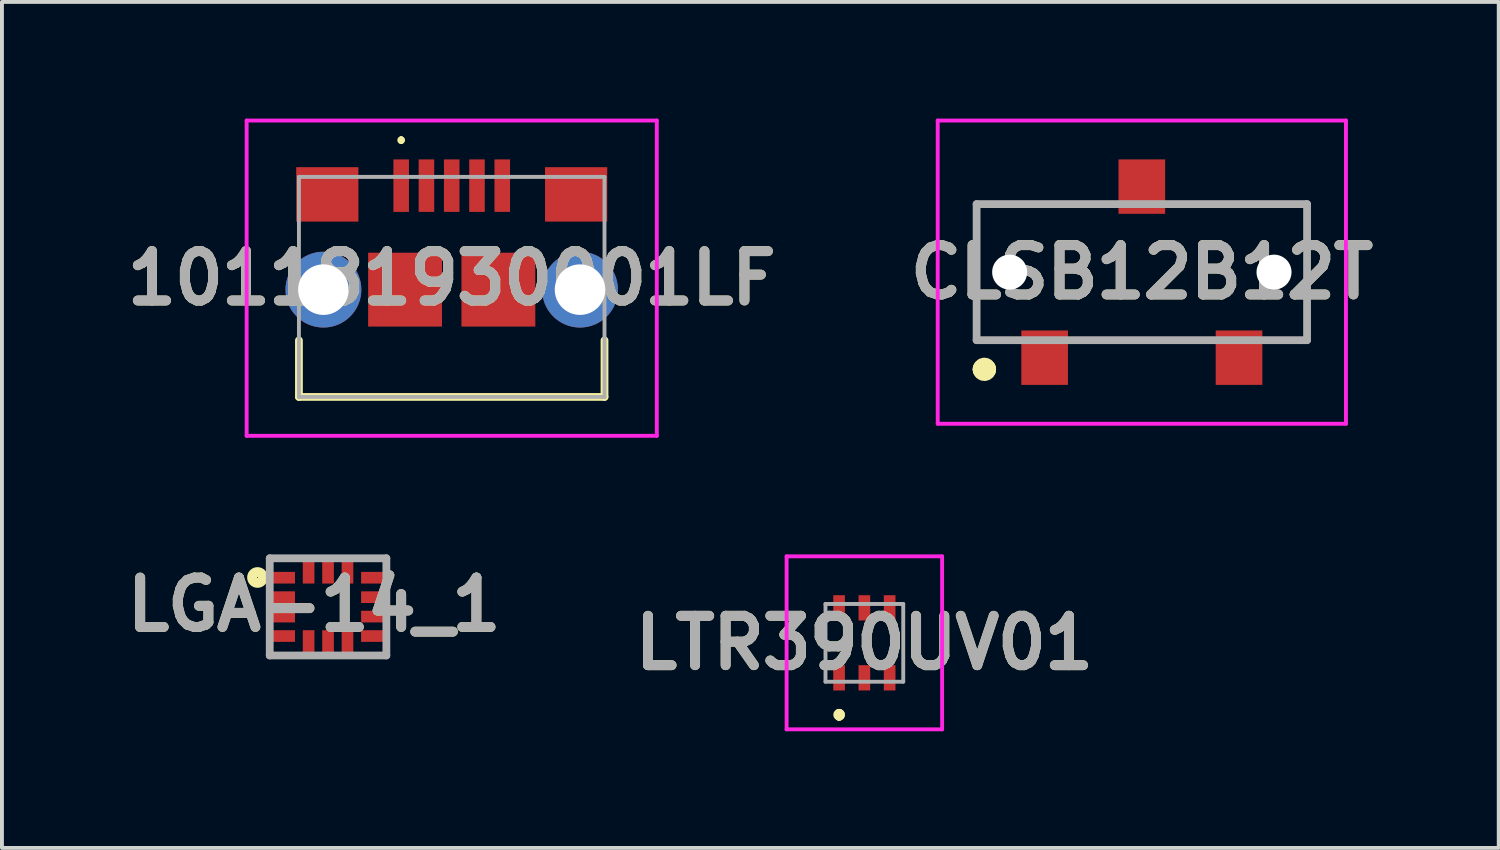
<source format=kicad_pcb>
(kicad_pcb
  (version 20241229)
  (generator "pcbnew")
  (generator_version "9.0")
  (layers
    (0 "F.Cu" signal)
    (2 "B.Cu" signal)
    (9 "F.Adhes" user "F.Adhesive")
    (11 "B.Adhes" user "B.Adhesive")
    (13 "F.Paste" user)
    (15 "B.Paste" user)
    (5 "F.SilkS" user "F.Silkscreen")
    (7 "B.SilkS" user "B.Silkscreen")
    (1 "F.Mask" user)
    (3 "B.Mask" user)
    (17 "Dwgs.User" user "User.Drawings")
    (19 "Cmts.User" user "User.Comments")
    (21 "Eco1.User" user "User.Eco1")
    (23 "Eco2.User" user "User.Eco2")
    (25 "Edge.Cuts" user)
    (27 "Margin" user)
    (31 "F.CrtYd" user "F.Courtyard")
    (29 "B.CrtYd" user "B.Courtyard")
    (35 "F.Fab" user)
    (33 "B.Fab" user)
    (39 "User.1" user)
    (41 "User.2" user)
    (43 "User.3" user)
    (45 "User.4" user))
  (footprint "LTR390UV01"
    (layer "F.Cu")
    (at 19.183 13.485)
    (property "Reference" "LTR390UV01" (at 0 0 0) (layer "F.SilkS") (effects (font (size 1.27 1.27) (thickness 0.254))))
    (attr smd)
    (fp_line (start -0.65 1.8) (end -0.65 1.8) (stroke (width 0.2) (type solid)) (layer "F.SilkS"))
    (fp_line (start -0.65 1.9) (end -0.65 1.9) (stroke (width 0.2) (type solid)) (layer "F.SilkS"))
    (fp_line (start -0.65 1.9) (end -0.65 1.9) (stroke (width 0.2) (type solid)) (layer "F.SilkS"))
    (fp_arc (start -0.65 1.8) (mid -0.6 1.85) (end -0.65 1.9) (stroke (width 0.2) (type solid)) (layer "F.SilkS"))
    (fp_arc (start -0.65 1.8) (mid -0.6 1.85) (end -0.65 1.9) (stroke (width 0.2) (type solid)) (layer "F.SilkS"))
    (fp_arc (start -0.65 1.9) (mid -0.7 1.85) (end -0.65 1.8) (stroke (width 0.2) (type solid)) (layer "F.SilkS"))
    (fp_line (start -2 -2.225) (end 2 -2.225) (stroke (width 0.1) (type solid)) (layer "F.CrtYd"))
    (fp_line (start -2 2.225) (end -2 -2.225) (stroke (width 0.1) (type solid)) (layer "F.CrtYd"))
    (fp_line (start 2 -2.225) (end 2 2.225) (stroke (width 0.1) (type solid)) (layer "F.CrtYd"))
    (fp_line (start 2 2.225) (end -2 2.225) (stroke (width 0.1) (type solid)) (layer "F.CrtYd"))
    (fp_line (start -1 -1) (end 1 -1) (stroke (width 0.1) (type solid)) (layer "F.Fab"))
    (fp_line (start -1 1) (end -1 -1) (stroke (width 0.1) (type solid)) (layer "F.Fab"))
    (fp_line (start 1 -1) (end 1 1) (stroke (width 0.1) (type solid)) (layer "F.Fab"))
    (fp_line (start 1 1) (end -1 1) (stroke (width 0.1) (type solid)) (layer "F.Fab"))
    (fp_text user "${REFERENCE}" (at 0 0 0) (layer "F.Fab") (effects (font (size 1.27 1.27) (thickness 0.254))))
    (pad "1" smd rect (at -0.65 0.9) (size 0.3 0.65) (layers "F.Cu" "F.Mask" "F.Paste"))
    (pad "2" smd rect (at 0 0.9) (size 0.3 0.65) (layers "F.Cu" "F.Mask" "F.Paste"))
    (pad "3" smd rect (at 0.65 0.9) (size 0.3 0.65) (layers "F.Cu" "F.Mask" "F.Paste"))
    (pad "4" smd rect (at 0.65 -0.9) (size 0.3 0.65) (layers "F.Cu" "F.Mask" "F.Paste"))
    (pad "5" smd rect (at 0 -0.9) (size 0.3 0.65) (layers "F.Cu" "F.Mask" "F.Paste"))
    (pad "6" smd rect (at -0.65 -0.9) (size 0.3 0.65) (layers "F.Cu" "F.Mask" "F.Paste")))
  (footprint "LGA-14_1"
    (layer "F.Cu")
    (at 5.388 12.56)
    (property "Reference" "LGA-14_1" (at -0.357 -0.058 0) (layer "F.SilkS") (effects (font (size 1.27 1.27) (thickness 0.254))))
    (attr smd)
    (fp_circle (center -1.815 -0.756) (end -1.815 -0.744) (stroke (width 0.254) (type solid)) (fill no) (layer "F.SilkS"))
    (fp_line (start -1.5 -1.25) (end 1.5 -1.25) (stroke (width 0.2) (type solid)) (layer "F.Fab"))
    (fp_line (start -1.5 1.25) (end -1.5 -1.25) (stroke (width 0.2) (type solid)) (layer "F.Fab"))
    (fp_line (start 1.5 -1.25) (end 1.5 1.25) (stroke (width 0.2) (type solid)) (layer "F.Fab"))
    (fp_line (start 1.5 1.25) (end -1.5 1.25) (stroke (width 0.2) (type solid)) (layer "F.Fab"))
    (fp_text user "${REFERENCE}" (at -0.357 -0.058 0) (layer "F.Fab") (effects (font (size 1.27 1.27) (thickness 0.254))))
    (pad "1" smd rect (at -1.15 -0.75 90) (size 0.3 0.6) (layers "F.Cu" "F.Mask" "F.Paste"))
    (pad "2" smd rect (at -1.15 -0.25 90) (size 0.3 0.6) (layers "F.Cu" "F.Mask" "F.Paste"))
    (pad "3" smd rect (at -1.15 0.25 90) (size 0.3 0.6) (layers "F.Cu" "F.Mask" "F.Paste"))
    (pad "4" smd rect (at -1.15 0.75 90) (size 0.3 0.6) (layers "F.Cu" "F.Mask" "F.Paste"))
    (pad "5" smd rect (at -0.5 0.9) (size 0.3 0.6) (layers "F.Cu" "F.Mask" "F.Paste"))
    (pad "6" smd rect (at 0 0.9) (size 0.3 0.6) (layers "F.Cu" "F.Mask" "F.Paste"))
    (pad "7" smd rect (at 0.5 0.9) (size 0.3 0.6) (layers "F.Cu" "F.Mask" "F.Paste"))
    (pad "8" smd rect (at 1.15 0.75 90) (size 0.3 0.6) (layers "F.Cu" "F.Mask" "F.Paste"))
    (pad "9" smd rect (at 1.15 0.25 90) (size 0.3 0.6) (layers "F.Cu" "F.Mask" "F.Paste"))
    (pad "10" smd rect (at 1.15 -0.25 90) (size 0.3 0.6) (layers "F.Cu" "F.Mask" "F.Paste"))
    (pad "11" smd rect (at 1.15 -0.75 90) (size 0.3 0.6) (layers "F.Cu" "F.Mask" "F.Paste"))
    (pad "12" smd rect (at 0.5 -0.9) (size 0.3 0.6) (layers "F.Cu" "F.Mask" "F.Paste"))
    (pad "13" smd rect (at 0 -0.9) (size 0.3 0.6) (layers "F.Cu" "F.Mask" "F.Paste"))
    (pad "14" smd rect (at -0.5 -0.9) (size 0.3 0.6) (layers "F.Cu" "F.Mask" "F.Paste")))
  (footprint "101181930001LF"
    (layer "F.Cu")
    (at 8.569 4.105)
    (property "Reference" "101181930001LF" (at 0 0 0) (layer "F.SilkS") (effects (font (size 1.27 1.27) (thickness 0.254))))
    (attr through_hole)
    (fp_line (start -3.93 1.6) (end -3.93 3.055) (stroke (width 0.2) (type solid)) (layer "F.SilkS"))
    (fp_line (start -3.93 3.055) (end 3.93 3.055) (stroke (width 0.2) (type solid)) (layer "F.SilkS"))
    (fp_line (start -1.3 -3.6) (end -1.3 -3.6) (stroke (width 0.1) (type solid)) (layer "F.SilkS"))
    (fp_line (start -1.3 -3.5) (end -1.3 -3.5) (stroke (width 0.1) (type solid)) (layer "F.SilkS"))
    (fp_line (start 3.93 3.055) (end 3.93 1.6) (stroke (width 0.2) (type solid)) (layer "F.SilkS"))
    (fp_arc (start -1.3 -3.6) (mid -1.25 -3.55) (end -1.3 -3.5) (stroke (width 0.1) (type solid)) (layer "F.SilkS"))
    (fp_arc (start -1.3 -3.5) (mid -1.35 -3.55) (end -1.3 -3.6) (stroke (width 0.1) (type solid)) (layer "F.SilkS"))
    (fp_line (start -5.275 -4.055) (end 5.275 -4.055) (stroke (width 0.1) (type solid)) (layer "F.CrtYd"))
    (fp_line (start -5.275 4.055) (end -5.275 -4.055) (stroke (width 0.1) (type solid)) (layer "F.CrtYd"))
    (fp_line (start 5.275 -4.055) (end 5.275 4.055) (stroke (width 0.1) (type solid)) (layer "F.CrtYd"))
    (fp_line (start 5.275 4.055) (end -5.275 4.055) (stroke (width 0.1) (type solid)) (layer "F.CrtYd"))
    (fp_line (start -3.93 -2.605) (end 3.93 -2.605) (stroke (width 0.1) (type solid)) (layer "F.Fab"))
    (fp_line (start -3.93 3.055) (end -3.93 -2.605) (stroke (width 0.1) (type solid)) (layer "F.Fab"))
    (fp_line (start 3.93 -2.605) (end 3.93 3.055) (stroke (width 0.1) (type solid)) (layer "F.Fab"))
    (fp_line (start 3.93 3.055) (end -3.93 3.055) (stroke (width 0.1) (type solid)) (layer "F.Fab"))
    (fp_text user "${REFERENCE}" (at 0 0 0) (layer "F.Fab") (effects (font (size 1.27 1.27) (thickness 0.254))))
    (pad "1" smd rect (at -1.3 -2.38) (size 0.4 1.35) (layers "F.Cu" "F.Mask" "F.Paste"))
    (pad "2" smd rect (at -0.65 -2.38) (size 0.4 1.35) (layers "F.Cu" "F.Mask" "F.Paste"))
    (pad "3" smd rect (at 0 -2.38) (size 0.4 1.35) (layers "F.Cu" "F.Mask" "F.Paste"))
    (pad "4" smd rect (at 0.65 -2.38) (size 0.4 1.35) (layers "F.Cu" "F.Mask" "F.Paste"))
    (pad "5" smd rect (at 1.3 -2.38) (size 0.4 1.35) (layers "F.Cu" "F.Mask" "F.Paste"))
    (pad "MH1" thru_hole circle (at -3.3 0.295) (size 1.95 1.95) (drill 1.3) (layers "*.Cu" "*.Mask"))
    (pad "MH2" thru_hole circle (at 3.3 0.295) (size 1.95 1.95) (drill 1.3) (layers "*.Cu" "*.Mask"))
    (pad "MP1" smd rect (at -3.2 -2.155 90) (size 1.4 1.6) (layers "F.Cu" "F.Mask" "F.Paste"))
    (pad "MP2" smd rect (at 3.2 -2.155 90) (size 1.4 1.6) (layers "F.Cu" "F.Mask" "F.Paste"))
    (pad "MP3" smd rect (at -1.2 0.295) (size 1.9 1.9) (layers "F.Cu" "F.Mask" "F.Paste"))
    (pad "MP4" smd rect (at 1.2 0.295) (size 1.9 1.9) (layers "F.Cu" "F.Mask" "F.Paste")))
  (footprint "CLSB12B12T"
    (layer "F.Cu")
    (at 26.32 3.95)
    (property "Reference" "CLSB12B12T" (at 0 0 0) (layer "F.SilkS") (effects (font (size 1.27 1.27) (thickness 0.254))))
    (attr through_hole)
    (fp_line (start -4.25 -1.75) (end -4.25 1.75) (stroke (width 0.1) (type solid)) (layer "F.SilkS"))
    (fp_line (start -4.25 1.75) (end -4.25 1.75) (stroke (width 0.1) (type solid)) (layer "F.SilkS"))
    (fp_line (start -4.25 1.75) (end -3.5 1.75) (stroke (width 0.1) (type solid)) (layer "F.SilkS"))
    (fp_line (start -4.1 2.5) (end -4.1 2.5) (stroke (width 0.5) (type solid)) (layer "F.SilkS"))
    (fp_line (start -4 2.5) (end -4 2.5) (stroke (width 0.5) (type solid)) (layer "F.SilkS"))
    (fp_line (start -1 -1.75) (end -4.25 -1.75) (stroke (width 0.1) (type solid)) (layer "F.SilkS"))
    (fp_line (start 1 -1.75) (end 4.25 -1.75) (stroke (width 0.1) (type solid)) (layer "F.SilkS"))
    (fp_line (start 4.25 -1.75) (end 4.25 1.75) (stroke (width 0.1) (type solid)) (layer "F.SilkS"))
    (fp_line (start 4.25 1.75) (end 3.4 1.75) (stroke (width 0.1) (type solid)) (layer "F.SilkS"))
    (fp_arc (start -4.1 2.5) (mid -4.05 2.45) (end -4 2.5) (stroke (width 0.5) (type solid)) (layer "F.SilkS"))
    (fp_arc (start -4 2.5) (mid -4.05 2.55) (end -4.1 2.5) (stroke (width 0.5) (type solid)) (layer "F.SilkS"))
    (fp_line (start -5.25 -3.9) (end 5.25 -3.9) (stroke (width 0.1) (type solid)) (layer "F.CrtYd"))
    (fp_line (start -5.25 3.9) (end -5.25 -3.9) (stroke (width 0.1) (type solid)) (layer "F.CrtYd"))
    (fp_line (start 5.25 -3.9) (end 5.25 3.9) (stroke (width 0.1) (type solid)) (layer "F.CrtYd"))
    (fp_line (start 5.25 3.9) (end -5.25 3.9) (stroke (width 0.1) (type solid)) (layer "F.CrtYd"))
    (fp_line (start -4.25 -1.75) (end 4.25 -1.75) (stroke (width 0.2) (type solid)) (layer "F.Fab"))
    (fp_line (start -4.25 1.75) (end -4.25 -1.75) (stroke (width 0.2) (type solid)) (layer "F.Fab"))
    (fp_line (start 4.25 -1.75) (end 4.25 1.75) (stroke (width 0.2) (type solid)) (layer "F.Fab"))
    (fp_line (start 4.25 1.75) (end -4.25 1.75) (stroke (width 0.2) (type solid)) (layer "F.Fab"))
    (fp_text user "${REFERENCE}" (at 0 0 0) (layer "F.Fab") (effects (font (size 1.27 1.27) (thickness 0.254))))
    (pad "" np_thru_hole circle (at -3.4 0) (size 0.9 0.9) (drill 0.9) (layers "*.Cu" "*.Mask"))
    (pad "" np_thru_hole circle (at 3.4 0) (size 0.9 0.9) (drill 0.9) (layers "*.Cu" "*.Mask"))
    (pad "1" smd rect (at -2.5 2.2) (size 1.2 1.4) (layers "F.Cu" "F.Mask" "F.Paste"))
    (pad "2" smd rect (at 0 -2.2) (size 1.2 1.4) (layers "F.Cu" "F.Mask" "F.Paste"))
    (pad "3" smd rect (at 2.5 2.2) (size 1.2 1.4) (layers "F.Cu" "F.Mask" "F.Paste")))
  (gr_rect
    (start -3 -3)
    (end 35.5 18.76)
    (stroke (width 0.1) (type default))
    (fill no)
    (layer "Edge.Cuts")))
</source>
